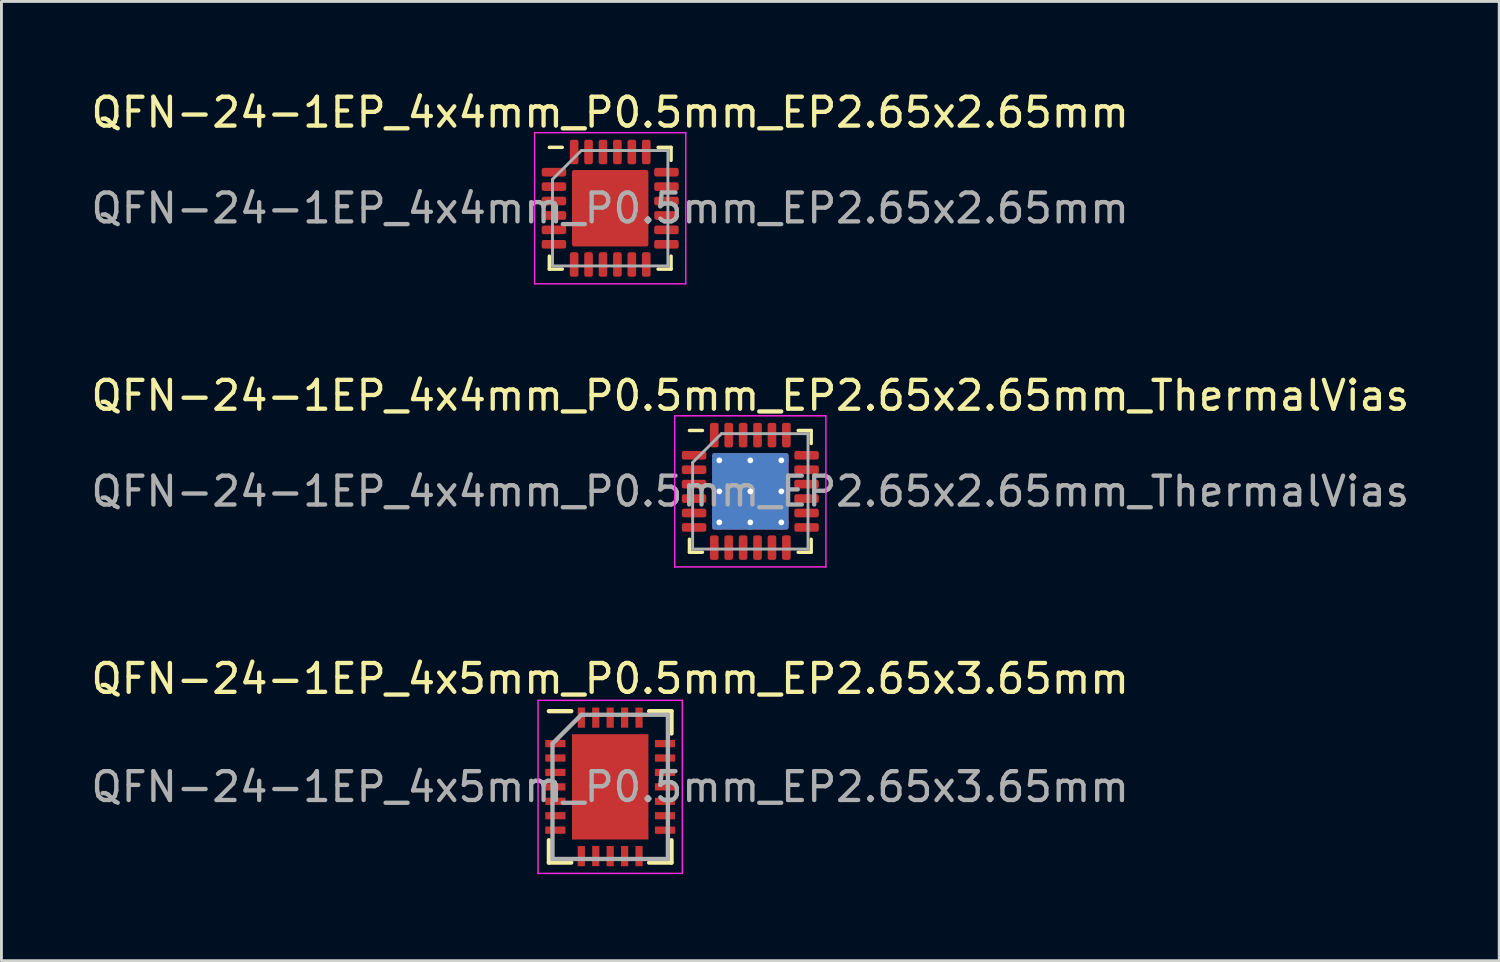
<source format=kicad_pcb>
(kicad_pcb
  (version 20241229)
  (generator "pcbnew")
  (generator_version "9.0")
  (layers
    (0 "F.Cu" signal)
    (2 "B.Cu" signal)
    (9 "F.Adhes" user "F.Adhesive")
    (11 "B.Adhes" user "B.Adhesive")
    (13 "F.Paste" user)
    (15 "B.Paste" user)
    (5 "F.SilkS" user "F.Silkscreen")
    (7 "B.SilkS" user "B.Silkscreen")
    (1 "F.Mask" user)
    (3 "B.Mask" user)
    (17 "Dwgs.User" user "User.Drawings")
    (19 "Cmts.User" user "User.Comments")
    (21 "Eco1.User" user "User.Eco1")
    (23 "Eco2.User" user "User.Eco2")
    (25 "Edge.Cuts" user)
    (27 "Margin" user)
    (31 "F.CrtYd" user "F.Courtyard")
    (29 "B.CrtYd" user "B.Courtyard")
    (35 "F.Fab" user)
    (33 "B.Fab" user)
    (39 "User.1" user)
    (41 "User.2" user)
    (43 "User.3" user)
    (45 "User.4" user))
  (footprint "QFN-24-1EP_4x5mm_P0.5mm_EP2.65x3.65mm"
    (layer "F.Cu")
    (at 18.101 24.225)
    (property "Reference" "QFN-24-1EP_4x5mm_P0.5mm_EP2.65x3.65mm" (at 0 -3.75 0) (layer "F.SilkS") (effects (font (size 1 1) (thickness 0.15))))
    (attr smd)
    (fp_line (start -2.125 -2.625) (end -1.35 -2.625) (stroke (width 0.15) (type solid)) (layer "F.SilkS"))
    (fp_line (start -2.125 2.625) (end -2.125 1.85) (stroke (width 0.15) (type solid)) (layer "F.SilkS"))
    (fp_line (start -2.125 2.625) (end -1.35 2.625) (stroke (width 0.15) (type solid)) (layer "F.SilkS"))
    (fp_line (start 2.125 -2.625) (end 1.35 -2.625) (stroke (width 0.15) (type solid)) (layer "F.SilkS"))
    (fp_line (start 2.125 -2.625) (end 2.125 -1.85) (stroke (width 0.15) (type solid)) (layer "F.SilkS"))
    (fp_line (start 2.125 2.625) (end 1.35 2.625) (stroke (width 0.15) (type solid)) (layer "F.SilkS"))
    (fp_line (start 2.125 2.625) (end 2.125 1.85) (stroke (width 0.15) (type solid)) (layer "F.SilkS"))
    (fp_line (start -2.5 -3) (end -2.5 3) (stroke (width 0.05) (type solid)) (layer "F.CrtYd"))
    (fp_line (start -2.5 -3) (end 2.5 -3) (stroke (width 0.05) (type solid)) (layer "F.CrtYd"))
    (fp_line (start -2.5 3) (end 2.5 3) (stroke (width 0.05) (type solid)) (layer "F.CrtYd"))
    (fp_line (start 2.5 -3) (end 2.5 3) (stroke (width 0.05) (type solid)) (layer "F.CrtYd"))
    (fp_line (start -2 -1.5) (end -1 -2.5) (stroke (width 0.15) (type solid)) (layer "F.Fab"))
    (fp_line (start -2 2.5) (end -2 -1.5) (stroke (width 0.15) (type solid)) (layer "F.Fab"))
    (fp_line (start -1 -2.5) (end 2 -2.5) (stroke (width 0.15) (type solid)) (layer "F.Fab"))
    (fp_line (start 2 -2.5) (end 2 2.5) (stroke (width 0.15) (type solid)) (layer "F.Fab"))
    (fp_line (start 2 2.5) (end -2 2.5) (stroke (width 0.15) (type solid)) (layer "F.Fab"))
    (fp_text user "${REFERENCE}" (at 0 0 0) (layer "F.Fab") (effects (font (size 1 1) (thickness 0.15))))
    (pad "" smd rect (at -0.662 -1.217) (size 1.1 0.95) (layers "F.Paste"))
    (pad "" smd rect (at -0.662 0) (size 1.1 0.95) (layers "F.Paste"))
    (pad "" smd rect (at -0.662 1.217) (size 1.1 0.95) (layers "F.Paste"))
    (pad "" smd rect (at 0.662 -1.217) (size 1.1 0.95) (layers "F.Paste"))
    (pad "" smd rect (at 0.662 0) (size 1.1 0.95) (layers "F.Paste"))
    (pad "" smd rect (at 0.662 1.217) (size 1.1 0.95) (layers "F.Paste"))
    (pad "1" smd rect (at -1.9 -1.5) (size 0.7 0.25) (layers "F.Cu" "F.Mask" "F.Paste"))
    (pad "2" smd rect (at -1.9 -1) (size 0.7 0.25) (layers "F.Cu" "F.Mask" "F.Paste"))
    (pad "3" smd rect (at -1.9 -0.5) (size 0.7 0.25) (layers "F.Cu" "F.Mask" "F.Paste"))
    (pad "4" smd rect (at -1.9 0) (size 0.7 0.25) (layers "F.Cu" "F.Mask" "F.Paste"))
    (pad "5" smd rect (at -1.9 0.5) (size 0.7 0.25) (layers "F.Cu" "F.Mask" "F.Paste"))
    (pad "6" smd rect (at -1.9 1) (size 0.7 0.25) (layers "F.Cu" "F.Mask" "F.Paste"))
    (pad "7" smd rect (at -1.9 1.5) (size 0.7 0.25) (layers "F.Cu" "F.Mask" "F.Paste"))
    (pad "8" smd rect (at -1 2.4 90) (size 0.7 0.25) (layers "F.Cu" "F.Mask" "F.Paste"))
    (pad "9" smd rect (at -0.5 2.4 90) (size 0.7 0.25) (layers "F.Cu" "F.Mask" "F.Paste"))
    (pad "10" smd rect (at 0 2.4 90) (size 0.7 0.25) (layers "F.Cu" "F.Mask" "F.Paste"))
    (pad "11" smd rect (at 0.5 2.4 90) (size 0.7 0.25) (layers "F.Cu" "F.Mask" "F.Paste"))
    (pad "12" smd rect (at 1 2.4 90) (size 0.7 0.25) (layers "F.Cu" "F.Mask" "F.Paste"))
    (pad "13" smd rect (at 1.9 1.5) (size 0.7 0.25) (layers "F.Cu" "F.Mask" "F.Paste"))
    (pad "14" smd rect (at 1.9 1) (size 0.7 0.25) (layers "F.Cu" "F.Mask" "F.Paste"))
    (pad "15" smd rect (at 1.9 0.5) (size 0.7 0.25) (layers "F.Cu" "F.Mask" "F.Paste"))
    (pad "16" smd rect (at 1.9 0) (size 0.7 0.25) (layers "F.Cu" "F.Mask" "F.Paste"))
    (pad "17" smd rect (at 1.9 -0.5) (size 0.7 0.25) (layers "F.Cu" "F.Mask" "F.Paste"))
    (pad "18" smd rect (at 1.9 -1) (size 0.7 0.25) (layers "F.Cu" "F.Mask" "F.Paste"))
    (pad "19" smd rect (at 1.9 -1.5) (size 0.7 0.25) (layers "F.Cu" "F.Mask" "F.Paste"))
    (pad "20" smd rect (at 1 -2.4 90) (size 0.7 0.25) (layers "F.Cu" "F.Mask" "F.Paste"))
    (pad "21" smd rect (at 0.5 -2.4 90) (size 0.7 0.25) (layers "F.Cu" "F.Mask" "F.Paste"))
    (pad "22" smd rect (at 0 -2.4 90) (size 0.7 0.25) (layers "F.Cu" "F.Mask" "F.Paste"))
    (pad "23" smd rect (at -0.5 -2.4 90) (size 0.7 0.25) (layers "F.Cu" "F.Mask" "F.Paste"))
    (pad "24" smd rect (at -1 -2.4 90) (size 0.7 0.25) (layers "F.Cu" "F.Mask" "F.Paste"))
    (pad "25" smd rect (at 0 0) (size 2.65 3.65) (layers "F.Cu" "F.Mask")))
  (footprint "QFN-24-1EP_4x4mm_P0.5mm_EP2.65x2.65mm_ThermalVias"
    (layer "F.Cu")
    (at 22.958 13.982)
    (property "Reference" "QFN-24-1EP_4x4mm_P0.5mm_EP2.65x2.65mm_ThermalVias" (at 0 -3.32 0) (layer "F.SilkS") (effects (font (size 1 1) (thickness 0.15))))
    (attr smd)
    (fp_line (start -2.11 2.11) (end -2.11 1.66) (stroke (width 0.12) (type solid)) (layer "F.SilkS"))
    (fp_line (start -1.66 -2.11) (end -2.11 -2.11) (stroke (width 0.12) (type solid)) (layer "F.SilkS"))
    (fp_line (start -1.66 2.11) (end -2.11 2.11) (stroke (width 0.12) (type solid)) (layer "F.SilkS"))
    (fp_line (start 1.66 -2.11) (end 2.11 -2.11) (stroke (width 0.12) (type solid)) (layer "F.SilkS"))
    (fp_line (start 1.66 2.11) (end 2.11 2.11) (stroke (width 0.12) (type solid)) (layer "F.SilkS"))
    (fp_line (start 2.11 -2.11) (end 2.11 -1.66) (stroke (width 0.12) (type solid)) (layer "F.SilkS"))
    (fp_line (start 2.11 2.11) (end 2.11 1.66) (stroke (width 0.12) (type solid)) (layer "F.SilkS"))
    (fp_line (start -2.62 -2.62) (end -2.62 2.62) (stroke (width 0.05) (type solid)) (layer "F.CrtYd"))
    (fp_line (start -2.62 2.62) (end 2.62 2.62) (stroke (width 0.05) (type solid)) (layer "F.CrtYd"))
    (fp_line (start 2.62 -2.62) (end -2.62 -2.62) (stroke (width 0.05) (type solid)) (layer "F.CrtYd"))
    (fp_line (start 2.62 2.62) (end 2.62 -2.62) (stroke (width 0.05) (type solid)) (layer "F.CrtYd"))
    (fp_line (start -2 -1) (end -1 -2) (stroke (width 0.1) (type solid)) (layer "F.Fab"))
    (fp_line (start -2 2) (end -2 -1) (stroke (width 0.1) (type solid)) (layer "F.Fab"))
    (fp_line (start -1 -2) (end 2 -2) (stroke (width 0.1) (type solid)) (layer "F.Fab"))
    (fp_line (start 2 -2) (end 2 2) (stroke (width 0.1) (type solid)) (layer "F.Fab"))
    (fp_line (start 2 2) (end -2 2) (stroke (width 0.1) (type solid)) (layer "F.Fab"))
    (fp_text user "${REFERENCE}" (at 0 0 0) (layer "F.Fab") (effects (font (size 1 1) (thickness 0.15))))
    (pad "" smd roundrect (at -0.66 -0.66) (size 1.15 1.15) (layers "F.Paste") (roundrect_rratio 0.217))
    (pad "" smd roundrect (at -0.66 0.66) (size 1.15 1.15) (layers "F.Paste") (roundrect_rratio 0.217))
    (pad "" smd roundrect (at 0.66 -0.66) (size 1.15 1.15) (layers "F.Paste") (roundrect_rratio 0.217))
    (pad "" smd roundrect (at 0.66 0.66) (size 1.15 1.15) (layers "F.Paste") (roundrect_rratio 0.217))
    (pad "1" smd roundrect (at -1.95 -1.25) (size 0.85 0.3) (layers "F.Cu" "F.Mask" "F.Paste") (roundrect_rratio 0.25))
    (pad "2" smd roundrect (at -1.95 -0.75) (size 0.85 0.3) (layers "F.Cu" "F.Mask" "F.Paste") (roundrect_rratio 0.25))
    (pad "3" smd roundrect (at -1.95 -0.25) (size 0.85 0.3) (layers "F.Cu" "F.Mask" "F.Paste") (roundrect_rratio 0.25))
    (pad "4" smd roundrect (at -1.95 0.25) (size 0.85 0.3) (layers "F.Cu" "F.Mask" "F.Paste") (roundrect_rratio 0.25))
    (pad "5" smd roundrect (at -1.95 0.75) (size 0.85 0.3) (layers "F.Cu" "F.Mask" "F.Paste") (roundrect_rratio 0.25))
    (pad "6" smd roundrect (at -1.95 1.25) (size 0.85 0.3) (layers "F.Cu" "F.Mask" "F.Paste") (roundrect_rratio 0.25))
    (pad "7" smd roundrect (at -1.25 1.95) (size 0.3 0.85) (layers "F.Cu" "F.Mask" "F.Paste") (roundrect_rratio 0.25))
    (pad "8" smd roundrect (at -0.75 1.95) (size 0.3 0.85) (layers "F.Cu" "F.Mask" "F.Paste") (roundrect_rratio 0.25))
    (pad "9" smd roundrect (at -0.25 1.95) (size 0.3 0.85) (layers "F.Cu" "F.Mask" "F.Paste") (roundrect_rratio 0.25))
    (pad "10" smd roundrect (at 0.25 1.95) (size 0.3 0.85) (layers "F.Cu" "F.Mask" "F.Paste") (roundrect_rratio 0.25))
    (pad "11" smd roundrect (at 0.75 1.95) (size 0.3 0.85) (layers "F.Cu" "F.Mask" "F.Paste") (roundrect_rratio 0.25))
    (pad "12" smd roundrect (at 1.25 1.95) (size 0.3 0.85) (layers "F.Cu" "F.Mask" "F.Paste") (roundrect_rratio 0.25))
    (pad "13" smd roundrect (at 1.95 1.25) (size 0.85 0.3) (layers "F.Cu" "F.Mask" "F.Paste") (roundrect_rratio 0.25))
    (pad "14" smd roundrect (at 1.95 0.75) (size 0.85 0.3) (layers "F.Cu" "F.Mask" "F.Paste") (roundrect_rratio 0.25))
    (pad "15" smd roundrect (at 1.95 0.25) (size 0.85 0.3) (layers "F.Cu" "F.Mask" "F.Paste") (roundrect_rratio 0.25))
    (pad "16" smd roundrect (at 1.95 -0.25) (size 0.85 0.3) (layers "F.Cu" "F.Mask" "F.Paste") (roundrect_rratio 0.25))
    (pad "17" smd roundrect (at 1.95 -0.75) (size 0.85 0.3) (layers "F.Cu" "F.Mask" "F.Paste") (roundrect_rratio 0.25))
    (pad "18" smd roundrect (at 1.95 -1.25) (size 0.85 0.3) (layers "F.Cu" "F.Mask" "F.Paste") (roundrect_rratio 0.25))
    (pad "19" smd roundrect (at 1.25 -1.95) (size 0.3 0.85) (layers "F.Cu" "F.Mask" "F.Paste") (roundrect_rratio 0.25))
    (pad "20" smd roundrect (at 0.75 -1.95) (size 0.3 0.85) (layers "F.Cu" "F.Mask" "F.Paste") (roundrect_rratio 0.25))
    (pad "21" smd roundrect (at 0.25 -1.95) (size 0.3 0.85) (layers "F.Cu" "F.Mask" "F.Paste") (roundrect_rratio 0.25))
    (pad "22" smd roundrect (at -0.25 -1.95) (size 0.3 0.85) (layers "F.Cu" "F.Mask" "F.Paste") (roundrect_rratio 0.25))
    (pad "23" smd roundrect (at -0.75 -1.95) (size 0.3 0.85) (layers "F.Cu" "F.Mask" "F.Paste") (roundrect_rratio 0.25))
    (pad "24" smd roundrect (at -1.25 -1.95) (size 0.3 0.85) (layers "F.Cu" "F.Mask" "F.Paste") (roundrect_rratio 0.25))
    (pad "25" thru_hole circle (at -1.075 -1.075) (size 0.5 0.5) (drill 0.2) (layers "*.Cu"))
    (pad "25" thru_hole circle (at -1.075 0) (size 0.5 0.5) (drill 0.2) (layers "*.Cu"))
    (pad "25" thru_hole circle (at -1.075 1.075) (size 0.5 0.5) (drill 0.2) (layers "*.Cu"))
    (pad "25" thru_hole circle (at 0 -1.075) (size 0.5 0.5) (drill 0.2) (layers "*.Cu"))
    (pad "25" thru_hole circle (at 0 0) (size 0.5 0.5) (drill 0.2) (layers "*.Cu"))
    (pad "25" smd roundrect (at 0 0) (size 2.65 2.65) (layers "F.Cu" "F.Mask") (roundrect_rratio 0.028))
    (pad "25" smd roundrect (at 0 0) (size 2.65 2.65) (layers "B.Cu") (roundrect_rratio 0.028))
    (pad "25" thru_hole circle (at 0 1.075) (size 0.5 0.5) (drill 0.2) (layers "*.Cu"))
    (pad "25" thru_hole circle (at 1.075 -1.075) (size 0.5 0.5) (drill 0.2) (layers "*.Cu"))
    (pad "25" thru_hole circle (at 1.075 0) (size 0.5 0.5) (drill 0.2) (layers "*.Cu"))
    (pad "25" thru_hole circle (at 1.075 1.075) (size 0.5 0.5) (drill 0.2) (layers "*.Cu")))
  (footprint "QFN-24-1EP_4x4mm_P0.5mm_EP2.65x2.65mm"
    (layer "F.Cu")
    (at 18.101 4.168)
    (property "Reference" "QFN-24-1EP_4x4mm_P0.5mm_EP2.65x2.65mm" (at 0 -3.32 0) (layer "F.SilkS") (effects (font (size 1 1) (thickness 0.15))))
    (attr smd)
    (fp_line (start -2.11 2.11) (end -2.11 1.66) (stroke (width 0.12) (type solid)) (layer "F.SilkS"))
    (fp_line (start -1.66 -2.11) (end -2.11 -2.11) (stroke (width 0.12) (type solid)) (layer "F.SilkS"))
    (fp_line (start -1.66 2.11) (end -2.11 2.11) (stroke (width 0.12) (type solid)) (layer "F.SilkS"))
    (fp_line (start 1.66 -2.11) (end 2.11 -2.11) (stroke (width 0.12) (type solid)) (layer "F.SilkS"))
    (fp_line (start 1.66 2.11) (end 2.11 2.11) (stroke (width 0.12) (type solid)) (layer "F.SilkS"))
    (fp_line (start 2.11 -2.11) (end 2.11 -1.66) (stroke (width 0.12) (type solid)) (layer "F.SilkS"))
    (fp_line (start 2.11 2.11) (end 2.11 1.66) (stroke (width 0.12) (type solid)) (layer "F.SilkS"))
    (fp_line (start -2.62 -2.62) (end -2.62 2.62) (stroke (width 0.05) (type solid)) (layer "F.CrtYd"))
    (fp_line (start -2.62 2.62) (end 2.62 2.62) (stroke (width 0.05) (type solid)) (layer "F.CrtYd"))
    (fp_line (start 2.62 -2.62) (end -2.62 -2.62) (stroke (width 0.05) (type solid)) (layer "F.CrtYd"))
    (fp_line (start 2.62 2.62) (end 2.62 -2.62) (stroke (width 0.05) (type solid)) (layer "F.CrtYd"))
    (fp_line (start -2 -1) (end -1 -2) (stroke (width 0.1) (type solid)) (layer "F.Fab"))
    (fp_line (start -2 2) (end -2 -1) (stroke (width 0.1) (type solid)) (layer "F.Fab"))
    (fp_line (start -1 -2) (end 2 -2) (stroke (width 0.1) (type solid)) (layer "F.Fab"))
    (fp_line (start 2 -2) (end 2 2) (stroke (width 0.1) (type solid)) (layer "F.Fab"))
    (fp_line (start 2 2) (end -2 2) (stroke (width 0.1) (type solid)) (layer "F.Fab"))
    (fp_text user "${REFERENCE}" (at 0 0 0) (layer "F.Fab") (effects (font (size 1 1) (thickness 0.15))))
    (pad "" smd roundrect (at -0.66 -0.66) (size 1.07 1.07) (layers "F.Paste") (roundrect_rratio 0.234))
    (pad "" smd roundrect (at -0.66 0.66) (size 1.07 1.07) (layers "F.Paste") (roundrect_rratio 0.234))
    (pad "" smd roundrect (at 0.66 -0.66) (size 1.07 1.07) (layers "F.Paste") (roundrect_rratio 0.234))
    (pad "" smd roundrect (at 0.66 0.66) (size 1.07 1.07) (layers "F.Paste") (roundrect_rratio 0.234))
    (pad "1" smd roundrect (at -1.95 -1.25) (size 0.85 0.3) (layers "F.Cu" "F.Mask" "F.Paste") (roundrect_rratio 0.25))
    (pad "2" smd roundrect (at -1.95 -0.75) (size 0.85 0.3) (layers "F.Cu" "F.Mask" "F.Paste") (roundrect_rratio 0.25))
    (pad "3" smd roundrect (at -1.95 -0.25) (size 0.85 0.3) (layers "F.Cu" "F.Mask" "F.Paste") (roundrect_rratio 0.25))
    (pad "4" smd roundrect (at -1.95 0.25) (size 0.85 0.3) (layers "F.Cu" "F.Mask" "F.Paste") (roundrect_rratio 0.25))
    (pad "5" smd roundrect (at -1.95 0.75) (size 0.85 0.3) (layers "F.Cu" "F.Mask" "F.Paste") (roundrect_rratio 0.25))
    (pad "6" smd roundrect (at -1.95 1.25) (size 0.85 0.3) (layers "F.Cu" "F.Mask" "F.Paste") (roundrect_rratio 0.25))
    (pad "7" smd roundrect (at -1.25 1.95) (size 0.3 0.85) (layers "F.Cu" "F.Mask" "F.Paste") (roundrect_rratio 0.25))
    (pad "8" smd roundrect (at -0.75 1.95) (size 0.3 0.85) (layers "F.Cu" "F.Mask" "F.Paste") (roundrect_rratio 0.25))
    (pad "9" smd roundrect (at -0.25 1.95) (size 0.3 0.85) (layers "F.Cu" "F.Mask" "F.Paste") (roundrect_rratio 0.25))
    (pad "10" smd roundrect (at 0.25 1.95) (size 0.3 0.85) (layers "F.Cu" "F.Mask" "F.Paste") (roundrect_rratio 0.25))
    (pad "11" smd roundrect (at 0.75 1.95) (size 0.3 0.85) (layers "F.Cu" "F.Mask" "F.Paste") (roundrect_rratio 0.25))
    (pad "12" smd roundrect (at 1.25 1.95) (size 0.3 0.85) (layers "F.Cu" "F.Mask" "F.Paste") (roundrect_rratio 0.25))
    (pad "13" smd roundrect (at 1.95 1.25) (size 0.85 0.3) (layers "F.Cu" "F.Mask" "F.Paste") (roundrect_rratio 0.25))
    (pad "14" smd roundrect (at 1.95 0.75) (size 0.85 0.3) (layers "F.Cu" "F.Mask" "F.Paste") (roundrect_rratio 0.25))
    (pad "15" smd roundrect (at 1.95 0.25) (size 0.85 0.3) (layers "F.Cu" "F.Mask" "F.Paste") (roundrect_rratio 0.25))
    (pad "16" smd roundrect (at 1.95 -0.25) (size 0.85 0.3) (layers "F.Cu" "F.Mask" "F.Paste") (roundrect_rratio 0.25))
    (pad "17" smd roundrect (at 1.95 -0.75) (size 0.85 0.3) (layers "F.Cu" "F.Mask" "F.Paste") (roundrect_rratio 0.25))
    (pad "18" smd roundrect (at 1.95 -1.25) (size 0.85 0.3) (layers "F.Cu" "F.Mask" "F.Paste") (roundrect_rratio 0.25))
    (pad "19" smd roundrect (at 1.25 -1.95) (size 0.3 0.85) (layers "F.Cu" "F.Mask" "F.Paste") (roundrect_rratio 0.25))
    (pad "20" smd roundrect (at 0.75 -1.95) (size 0.3 0.85) (layers "F.Cu" "F.Mask" "F.Paste") (roundrect_rratio 0.25))
    (pad "21" smd roundrect (at 0.25 -1.95) (size 0.3 0.85) (layers "F.Cu" "F.Mask" "F.Paste") (roundrect_rratio 0.25))
    (pad "22" smd roundrect (at -0.25 -1.95) (size 0.3 0.85) (layers "F.Cu" "F.Mask" "F.Paste") (roundrect_rratio 0.25))
    (pad "23" smd roundrect (at -0.75 -1.95) (size 0.3 0.85) (layers "F.Cu" "F.Mask" "F.Paste") (roundrect_rratio 0.25))
    (pad "24" smd roundrect (at -1.25 -1.95) (size 0.3 0.85) (layers "F.Cu" "F.Mask" "F.Paste") (roundrect_rratio 0.25))
    (pad "25" smd roundrect (at 0 0) (size 2.65 2.65) (layers "F.Cu" "F.Mask") (roundrect_rratio 0.028)))
  (gr_rect
    (start -3 -3)
    (end 48.917 30.25)
    (stroke (width 0.1) (type default))
    (fill no)
    (layer "Edge.Cuts")))
</source>
